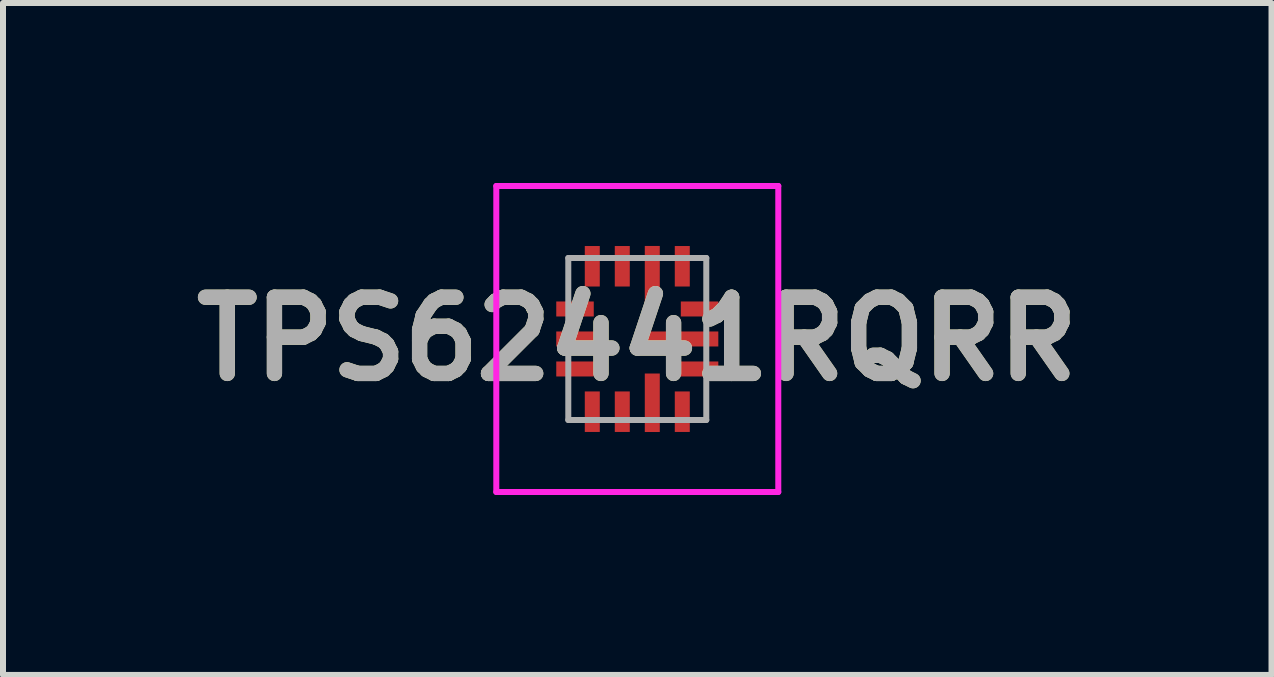
<source format=kicad_pcb>
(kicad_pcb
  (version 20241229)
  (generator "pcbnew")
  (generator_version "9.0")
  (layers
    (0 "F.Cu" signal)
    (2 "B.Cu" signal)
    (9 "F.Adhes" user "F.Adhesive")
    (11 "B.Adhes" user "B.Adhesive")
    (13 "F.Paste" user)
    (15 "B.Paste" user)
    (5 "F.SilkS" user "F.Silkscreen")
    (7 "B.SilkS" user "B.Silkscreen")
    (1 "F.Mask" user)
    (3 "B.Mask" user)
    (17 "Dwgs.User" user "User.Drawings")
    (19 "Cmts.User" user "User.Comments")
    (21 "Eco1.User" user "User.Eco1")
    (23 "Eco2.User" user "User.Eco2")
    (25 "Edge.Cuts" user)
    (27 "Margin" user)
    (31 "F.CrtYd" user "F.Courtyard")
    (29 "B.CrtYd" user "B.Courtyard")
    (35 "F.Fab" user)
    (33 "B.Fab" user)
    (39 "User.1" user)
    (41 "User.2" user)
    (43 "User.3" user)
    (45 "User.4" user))
  (footprint "TPS62441RQRR"
    (layer "F.Cu")
    (at 7.572 2.6)
    (property "Reference" "TPS62441RQRR" (at 0 0 0) (layer "F.SilkS") (effects (font (size 1.27 1.27) (thickness 0.254))))
    (attr smd)
    (fp_line (start -1.8 -0.5) (end -1.8 -0.5) (stroke (width 0.1) (type solid)) (layer "F.SilkS"))
    (fp_line (start -1.7 -0.5) (end -1.7 -0.5) (stroke (width 0.1) (type solid)) (layer "F.SilkS"))
    (fp_arc (start -1.8 -0.5) (mid -1.75 -0.55) (end -1.7 -0.5) (stroke (width 0.1) (type solid)) (layer "F.SilkS"))
    (fp_arc (start -1.7 -0.5) (mid -1.75 -0.45) (end -1.8 -0.5) (stroke (width 0.1) (type solid)) (layer "F.SilkS"))
    (fp_line (start -2.35 -2.55) (end 2.35 -2.55) (stroke (width 0.1) (type solid)) (layer "F.CrtYd"))
    (fp_line (start -2.35 2.55) (end -2.35 -2.55) (stroke (width 0.1) (type solid)) (layer "F.CrtYd"))
    (fp_line (start 2.35 -2.55) (end 2.35 2.55) (stroke (width 0.1) (type solid)) (layer "F.CrtYd"))
    (fp_line (start 2.35 2.55) (end -2.35 2.55) (stroke (width 0.1) (type solid)) (layer "F.CrtYd"))
    (fp_line (start -1.15 -1.35) (end -1.15 1.35) (stroke (width 0.1) (type solid)) (layer "F.Fab"))
    (fp_line (start -1.15 1.35) (end 1.15 1.35) (stroke (width 0.1) (type solid)) (layer "F.Fab"))
    (fp_line (start 1.15 -1.35) (end -1.15 -1.35) (stroke (width 0.1) (type solid)) (layer "F.Fab"))
    (fp_line (start 1.15 1.35) (end 1.15 -1.35) (stroke (width 0.1) (type solid)) (layer "F.Fab"))
    (fp_text user "${REFERENCE}" (at 0 0 0) (layer "F.Fab") (effects (font (size 1.27 1.27) (thickness 0.254))))
    (pad "1" smd rect (at -1.038 -0.5 90) (size 0.25 0.625) (layers "F.Cu" "F.Mask" "F.Paste"))
    (pad "2" smd rect (at -1.038 0 90) (size 0.25 0.625) (layers "F.Cu" "F.Mask" "F.Paste"))
    (pad "3" smd rect (at -1.038 0.5 90) (size 0.25 0.625) (layers "F.Cu" "F.Mask" "F.Paste"))
    (pad "4" smd rect (at -0.75 1.212) (size 0.25 0.675) (layers "F.Cu" "F.Mask" "F.Paste"))
    (pad "5" smd rect (at -0.25 1.212) (size 0.25 0.675) (layers "F.Cu" "F.Mask" "F.Paste"))
    (pad "6" smd rect (at 0.25 1.063) (size 0.25 0.975) (layers "F.Cu" "F.Mask" "F.Paste"))
    (pad "7" smd rect (at 0.75 1.212) (size 0.25 0.675) (layers "F.Cu" "F.Mask" "F.Paste"))
    (pad "8" smd rect (at 1.038 0.5 90) (size 0.25 0.625) (layers "F.Cu" "F.Mask" "F.Paste"))
    (pad "9" smd rect (at 0.738 0 90) (size 0.25 1.225) (layers "F.Cu" "F.Mask" "F.Paste"))
    (pad "10" smd rect (at 1.038 -0.5 90) (size 0.25 0.625) (layers "F.Cu" "F.Mask" "F.Paste"))
    (pad "11" smd rect (at 0.75 -1.212) (size 0.25 0.675) (layers "F.Cu" "F.Mask" "F.Paste"))
    (pad "12" smd rect (at 0.25 -1.063) (size 0.25 0.975) (layers "F.Cu" "F.Mask" "F.Paste"))
    (pad "13" smd rect (at -0.25 -1.212) (size 0.25 0.675) (layers "F.Cu" "F.Mask" "F.Paste"))
    (pad "14" smd rect (at -0.75 -1.212) (size 0.25 0.675) (layers "F.Cu" "F.Mask" "F.Paste")))
  (gr_rect
    (start -3 -3)
    (end 18.143 8.2)
    (stroke (width 0.1) (type default))
    (fill no)
    (layer "Edge.Cuts")))
</source>
